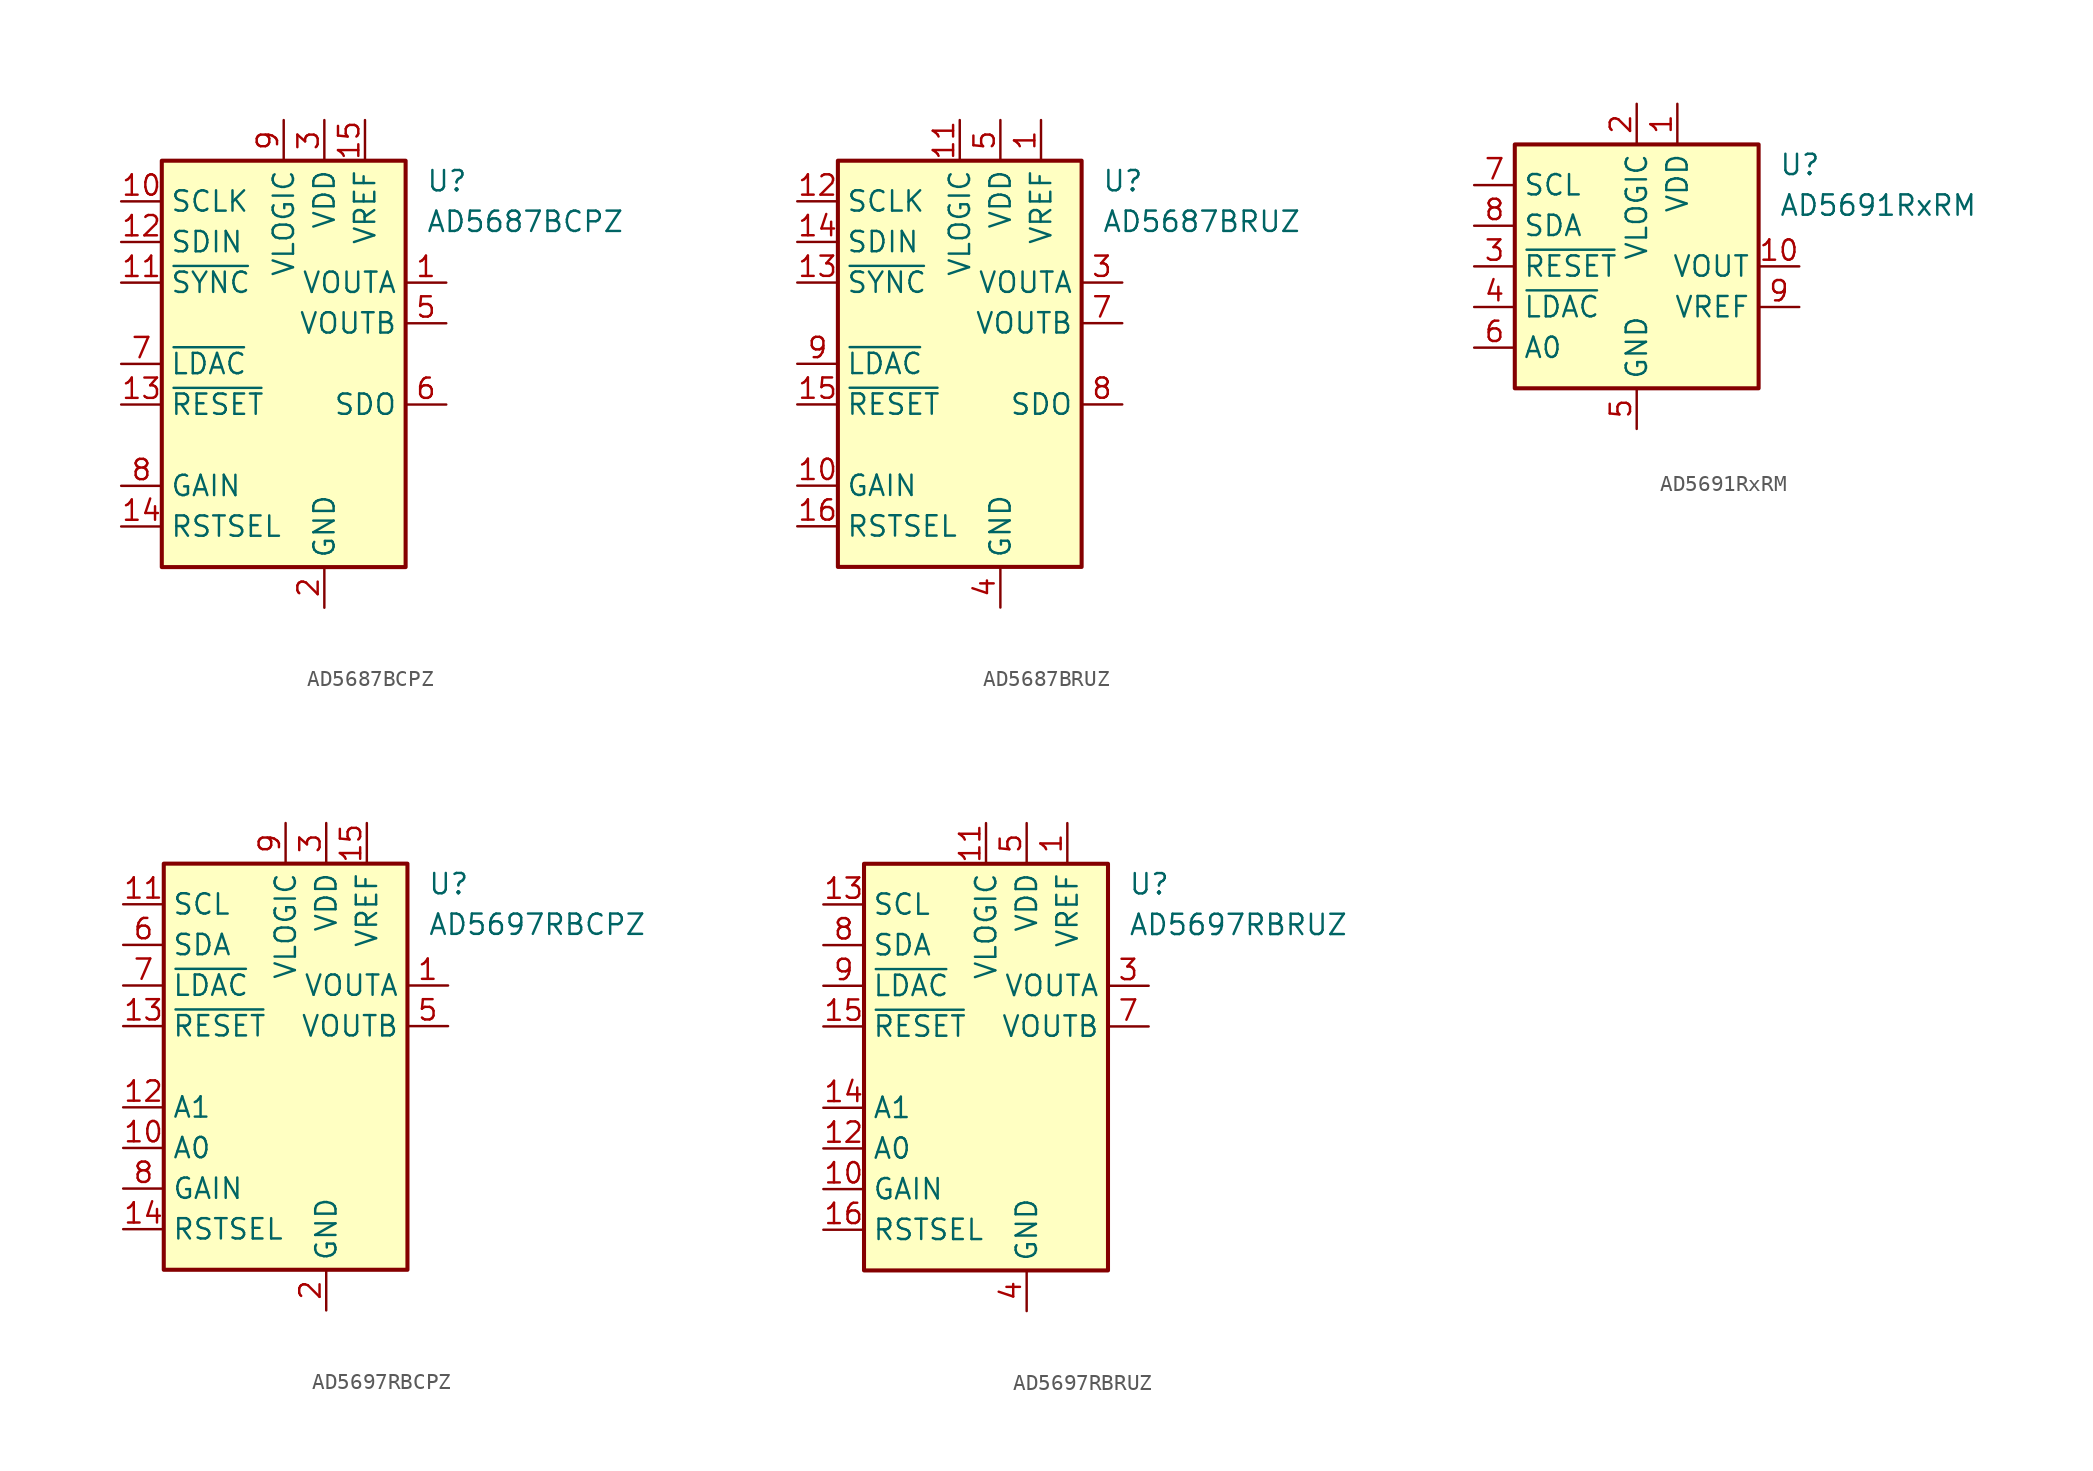
<source format=kicad_sym>
(kicad_symbol_lib
  (version 20201005)
  (generator kicad_symbol_editor)
  (symbol "Analog_DAC:AD5687BCPZ"
    (property "Reference" "U"
      (at 8.89 11.43 0)
      (effects (font (size 1.27 1.27)) (justify left)))
    (property "Value" "AD5687BCPZ"
      (at 8.89 8.89 0)
      (effects (font (size 1.27 1.27)) (justify left)))
    (symbol "AD5687BCPZ_0_1"
      (rectangle (start -7.62 12.7) (end 7.62 -12.7) (stroke (width 0.254)) (fill (type background))))
    (symbol "AD5687BCPZ_1_1"
      (pin output line (at 10.16 5.08 180) (length 2.54) (name "VOUTA" (effects (font (size 1.27 1.27)))) (number "1" (effects (font (size 1.27 1.27)))))
      (pin input line (at -10.16 10.16 0) (length 2.54) (name "SCLK" (effects (font (size 1.27 1.27)))) (number "10" (effects (font (size 1.27 1.27)))))
      (pin input line (at -10.16 5.08 0) (length 2.54) (name "~SYNC" (effects (font (size 1.27 1.27)))) (number "11" (effects (font (size 1.27 1.27)))))
      (pin input line (at -10.16 7.62 0) (length 2.54) (name "SDIN" (effects (font (size 1.27 1.27)))) (number "12" (effects (font (size 1.27 1.27)))))
      (pin input line (at -10.16 -2.54 0) (length 2.54) (name "~RESET" (effects (font (size 1.27 1.27)))) (number "13" (effects (font (size 1.27 1.27)))))
      (pin input line (at -10.16 -10.16 0) (length 2.54) (name "RSTSEL" (effects (font (size 1.27 1.27)))) (number "14" (effects (font (size 1.27 1.27)))))
      (pin power_in line (at 5.08 15.24 270) (length 2.54) (name "VREF" (effects (font (size 1.27 1.27)))) (number "15" (effects (font (size 1.27 1.27)))))
      (pin no_connect line (at 7.62 -5.08 180) (length 2.54) hide (name "NC" (effects (font (size 1.27 1.27)))) (number "16" (effects (font (size 1.27 1.27)))))
      (pin passive line (at 2.54 -15.24 90) (length 2.54) hide (name "GND" (effects (font (size 1.27 1.27)))) (number "17" (effects (font (size 1.27 1.27)))))
      (pin power_in line (at 2.54 -15.24 90) (length 2.54) (name "GND" (effects (font (size 1.27 1.27)))) (number "2" (effects (font (size 1.27 1.27)))))
      (pin power_in line (at 2.54 15.24 270) (length 2.54) (name "VDD" (effects (font (size 1.27 1.27)))) (number "3" (effects (font (size 1.27 1.27)))))
      (pin no_connect line (at 7.62 -7.62 180) (length 2.54) hide (name "NC" (effects (font (size 1.27 1.27)))) (number "4" (effects (font (size 1.27 1.27)))))
      (pin output line (at 10.16 2.54 180) (length 2.54) (name "VOUTB" (effects (font (size 1.27 1.27)))) (number "5" (effects (font (size 1.27 1.27)))))
      (pin output line (at 10.16 -2.54 180) (length 2.54) (name "SDO" (effects (font (size 1.27 1.27)))) (number "6" (effects (font (size 1.27 1.27)))))
      (pin input line (at -10.16 0 0) (length 2.54) (name "~LDAC" (effects (font (size 1.27 1.27)))) (number "7" (effects (font (size 1.27 1.27)))))
      (pin input line (at -10.16 -7.62 0) (length 2.54) (name "GAIN" (effects (font (size 1.27 1.27)))) (number "8" (effects (font (size 1.27 1.27)))))
      (pin power_in line (at 0 15.24 270) (length 2.54) (name "VLOGIC" (effects (font (size 1.27 1.27)))) (number "9" (effects (font (size 1.27 1.27)))))))
  (symbol "Analog_DAC:AD5687BRUZ"
    (property "Reference" "U"
      (at 8.89 11.43 0)
      (effects (font (size 1.27 1.27)) (justify left)))
    (property "Value" "AD5687BRUZ"
      (at 8.89 8.89 0)
      (effects (font (size 1.27 1.27)) (justify left)))
    (symbol "AD5687BRUZ_0_1"
      (rectangle (start -7.62 12.7) (end 7.62 -12.7) (stroke (width 0.254)) (fill (type background))))
    (symbol "AD5687BRUZ_1_1"
      (pin power_in line (at 5.08 15.24 270) (length 2.54) (name "VREF" (effects (font (size 1.27 1.27)))) (number "1" (effects (font (size 1.27 1.27)))))
      (pin input line (at -10.16 -7.62 0) (length 2.54) (name "GAIN" (effects (font (size 1.27 1.27)))) (number "10" (effects (font (size 1.27 1.27)))))
      (pin power_in line (at 0 15.24 270) (length 2.54) (name "VLOGIC" (effects (font (size 1.27 1.27)))) (number "11" (effects (font (size 1.27 1.27)))))
      (pin input line (at -10.16 10.16 0) (length 2.54) (name "SCLK" (effects (font (size 1.27 1.27)))) (number "12" (effects (font (size 1.27 1.27)))))
      (pin input line (at -10.16 5.08 0) (length 2.54) (name "~SYNC" (effects (font (size 1.27 1.27)))) (number "13" (effects (font (size 1.27 1.27)))))
      (pin input line (at -10.16 7.62 0) (length 2.54) (name "SDIN" (effects (font (size 1.27 1.27)))) (number "14" (effects (font (size 1.27 1.27)))))
      (pin input line (at -10.16 -2.54 0) (length 2.54) (name "~RESET" (effects (font (size 1.27 1.27)))) (number "15" (effects (font (size 1.27 1.27)))))
      (pin input line (at -10.16 -10.16 0) (length 2.54) (name "RSTSEL" (effects (font (size 1.27 1.27)))) (number "16" (effects (font (size 1.27 1.27)))))
      (pin no_connect line (at 7.62 -5.08 180) (length 2.54) hide (name "NC" (effects (font (size 1.27 1.27)))) (number "2" (effects (font (size 1.27 1.27)))))
      (pin output line (at 10.16 5.08 180) (length 2.54) (name "VOUTA" (effects (font (size 1.27 1.27)))) (number "3" (effects (font (size 1.27 1.27)))))
      (pin power_in line (at 2.54 -15.24 90) (length 2.54) (name "GND" (effects (font (size 1.27 1.27)))) (number "4" (effects (font (size 1.27 1.27)))))
      (pin power_in line (at 2.54 15.24 270) (length 2.54) (name "VDD" (effects (font (size 1.27 1.27)))) (number "5" (effects (font (size 1.27 1.27)))))
      (pin no_connect line (at 7.62 -7.62 180) (length 2.54) hide (name "NC" (effects (font (size 1.27 1.27)))) (number "6" (effects (font (size 1.27 1.27)))))
      (pin output line (at 10.16 2.54 180) (length 2.54) (name "VOUTB" (effects (font (size 1.27 1.27)))) (number "7" (effects (font (size 1.27 1.27)))))
      (pin output line (at 10.16 -2.54 180) (length 2.54) (name "SDO" (effects (font (size 1.27 1.27)))) (number "8" (effects (font (size 1.27 1.27)))))
      (pin input line (at -10.16 0 0) (length 2.54) (name "~LDAC" (effects (font (size 1.27 1.27)))) (number "9" (effects (font (size 1.27 1.27)))))))
  (symbol "Analog_DAC:AD5691RxRM"
    (property "Reference" "U"
      (at 8.89 6.35 0)
      (effects (font (size 1.27 1.27)) (justify left)))
    (property "Value" "AD5691RxRM"
      (at 8.89 3.81 0)
      (effects (font (size 1.27 1.27)) (justify left)))
    (symbol "AD5691RxRM_0_1"
      (rectangle (start -7.62 7.62) (end 7.62 -7.62) (stroke (width 0.254)) (fill (type background))))
    (symbol "AD5691RxRM_1_1"
      (pin power_in line (at 2.54 10.16 270) (length 2.54) (name "VDD" (effects (font (size 1.27 1.27)))) (number "1" (effects (font (size 1.27 1.27)))))
      (pin output line (at 10.16 0 180) (length 2.54) (name "VOUT" (effects (font (size 1.27 1.27)))) (number "10" (effects (font (size 1.27 1.27)))))
      (pin power_in line (at 0 10.16 270) (length 2.54) (name "VLOGIC" (effects (font (size 1.27 1.27)))) (number "2" (effects (font (size 1.27 1.27)))))
      (pin input line (at -10.16 0 0) (length 2.54) (name "~RESET" (effects (font (size 1.27 1.27)))) (number "3" (effects (font (size 1.27 1.27)))))
      (pin input line (at -10.16 -2.54 0) (length 2.54) (name "~LDAC" (effects (font (size 1.27 1.27)))) (number "4" (effects (font (size 1.27 1.27)))))
      (pin power_in line (at 0 -10.16 90) (length 2.54) (name "GND" (effects (font (size 1.27 1.27)))) (number "5" (effects (font (size 1.27 1.27)))))
      (pin input line (at -10.16 -5.08 0) (length 2.54) (name "A0" (effects (font (size 1.27 1.27)))) (number "6" (effects (font (size 1.27 1.27)))))
      (pin input line (at -10.16 5.08 0) (length 2.54) (name "SCL" (effects (font (size 1.27 1.27)))) (number "7" (effects (font (size 1.27 1.27)))))
      (pin bidirectional line (at -10.16 2.54 0) (length 2.54) (name "SDA" (effects (font (size 1.27 1.27)))) (number "8" (effects (font (size 1.27 1.27)))))
      (pin passive line (at 10.16 -2.54 180) (length 2.54) (name "VREF" (effects (font (size 1.27 1.27)))) (number "9" (effects (font (size 1.27 1.27)))))))
  (symbol "Analog_DAC:AD5697RBCPZ"
    (property "Reference" "U"
      (at 8.89 11.43 0)
      (effects (font (size 1.27 1.27)) (justify left)))
    (property "Value" "AD5697RBCPZ"
      (at 8.89 8.89 0)
      (effects (font (size 1.27 1.27)) (justify left)))
    (symbol "AD5697RBCPZ_0_1"
      (rectangle (start -7.62 12.7) (end 7.62 -12.7) (stroke (width 0.254)) (fill (type background))))
    (symbol "AD5697RBCPZ_1_1"
      (pin output line (at 10.16 5.08 180) (length 2.54) (name "VOUTA" (effects (font (size 1.27 1.27)))) (number "1" (effects (font (size 1.27 1.27)))))
      (pin input line (at -10.16 -5.08 0) (length 2.54) (name "A0" (effects (font (size 1.27 1.27)))) (number "10" (effects (font (size 1.27 1.27)))))
      (pin input line (at -10.16 10.16 0) (length 2.54) (name "SCL" (effects (font (size 1.27 1.27)))) (number "11" (effects (font (size 1.27 1.27)))))
      (pin input line (at -10.16 -2.54 0) (length 2.54) (name "A1" (effects (font (size 1.27 1.27)))) (number "12" (effects (font (size 1.27 1.27)))))
      (pin input line (at -10.16 2.54 0) (length 2.54) (name "~RESET" (effects (font (size 1.27 1.27)))) (number "13" (effects (font (size 1.27 1.27)))))
      (pin input line (at -10.16 -10.16 0) (length 2.54) (name "RSTSEL" (effects (font (size 1.27 1.27)))) (number "14" (effects (font (size 1.27 1.27)))))
      (pin power_in line (at 5.08 15.24 270) (length 2.54) (name "VREF" (effects (font (size 1.27 1.27)))) (number "15" (effects (font (size 1.27 1.27)))))
      (pin no_connect line (at 7.62 -5.08 180) (length 2.54) hide (name "NC" (effects (font (size 1.27 1.27)))) (number "16" (effects (font (size 1.27 1.27)))))
      (pin passive line (at 2.54 -15.24 90) (length 2.54) hide (name "GND" (effects (font (size 1.27 1.27)))) (number "17" (effects (font (size 1.27 1.27)))))
      (pin power_in line (at 2.54 -15.24 90) (length 2.54) (name "GND" (effects (font (size 1.27 1.27)))) (number "2" (effects (font (size 1.27 1.27)))))
      (pin power_in line (at 2.54 15.24 270) (length 2.54) (name "VDD" (effects (font (size 1.27 1.27)))) (number "3" (effects (font (size 1.27 1.27)))))
      (pin no_connect line (at 7.62 -7.62 180) (length 2.54) hide (name "NC" (effects (font (size 1.27 1.27)))) (number "4" (effects (font (size 1.27 1.27)))))
      (pin output line (at 10.16 2.54 180) (length 2.54) (name "VOUTB" (effects (font (size 1.27 1.27)))) (number "5" (effects (font (size 1.27 1.27)))))
      (pin bidirectional line (at -10.16 7.62 0) (length 2.54) (name "SDA" (effects (font (size 1.27 1.27)))) (number "6" (effects (font (size 1.27 1.27)))))
      (pin input line (at -10.16 5.08 0) (length 2.54) (name "~LDAC" (effects (font (size 1.27 1.27)))) (number "7" (effects (font (size 1.27 1.27)))))
      (pin input line (at -10.16 -7.62 0) (length 2.54) (name "GAIN" (effects (font (size 1.27 1.27)))) (number "8" (effects (font (size 1.27 1.27)))))
      (pin power_in line (at 0 15.24 270) (length 2.54) (name "VLOGIC" (effects (font (size 1.27 1.27)))) (number "9" (effects (font (size 1.27 1.27)))))))
  (symbol "Analog_DAC:AD5697RBRUZ"
    (property "Reference" "U"
      (at 8.89 11.43 0)
      (effects (font (size 1.27 1.27)) (justify left)))
    (property "Value" "AD5697RBRUZ"
      (at 8.89 8.89 0)
      (effects (font (size 1.27 1.27)) (justify left)))
    (symbol "AD5697RBRUZ_0_1"
      (rectangle (start -7.62 12.7) (end 7.62 -12.7) (stroke (width 0.254)) (fill (type background))))
    (symbol "AD5697RBRUZ_1_1"
      (pin power_in line (at 5.08 15.24 270) (length 2.54) (name "VREF" (effects (font (size 1.27 1.27)))) (number "1" (effects (font (size 1.27 1.27)))))
      (pin input line (at -10.16 -7.62 0) (length 2.54) (name "GAIN" (effects (font (size 1.27 1.27)))) (number "10" (effects (font (size 1.27 1.27)))))
      (pin power_in line (at 0 15.24 270) (length 2.54) (name "VLOGIC" (effects (font (size 1.27 1.27)))) (number "11" (effects (font (size 1.27 1.27)))))
      (pin input line (at -10.16 -5.08 0) (length 2.54) (name "A0" (effects (font (size 1.27 1.27)))) (number "12" (effects (font (size 1.27 1.27)))))
      (pin input line (at -10.16 10.16 0) (length 2.54) (name "SCL" (effects (font (size 1.27 1.27)))) (number "13" (effects (font (size 1.27 1.27)))))
      (pin input line (at -10.16 -2.54 0) (length 2.54) (name "A1" (effects (font (size 1.27 1.27)))) (number "14" (effects (font (size 1.27 1.27)))))
      (pin input line (at -10.16 2.54 0) (length 2.54) (name "~RESET" (effects (font (size 1.27 1.27)))) (number "15" (effects (font (size 1.27 1.27)))))
      (pin input line (at -10.16 -10.16 0) (length 2.54) (name "RSTSEL" (effects (font (size 1.27 1.27)))) (number "16" (effects (font (size 1.27 1.27)))))
      (pin no_connect line (at 7.62 -5.08 180) (length 2.54) hide (name "NC" (effects (font (size 1.27 1.27)))) (number "2" (effects (font (size 1.27 1.27)))))
      (pin output line (at 10.16 5.08 180) (length 2.54) (name "VOUTA" (effects (font (size 1.27 1.27)))) (number "3" (effects (font (size 1.27 1.27)))))
      (pin power_in line (at 2.54 -15.24 90) (length 2.54) (name "GND" (effects (font (size 1.27 1.27)))) (number "4" (effects (font (size 1.27 1.27)))))
      (pin power_in line (at 2.54 15.24 270) (length 2.54) (name "VDD" (effects (font (size 1.27 1.27)))) (number "5" (effects (font (size 1.27 1.27)))))
      (pin no_connect line (at 7.62 -7.62 180) (length 2.54) hide (name "NC" (effects (font (size 1.27 1.27)))) (number "6" (effects (font (size 1.27 1.27)))))
      (pin output line (at 10.16 2.54 180) (length 2.54) (name "VOUTB" (effects (font (size 1.27 1.27)))) (number "7" (effects (font (size 1.27 1.27)))))
      (pin bidirectional line (at -10.16 7.62 0) (length 2.54) (name "SDA" (effects (font (size 1.27 1.27)))) (number "8" (effects (font (size 1.27 1.27)))))
      (pin input line (at -10.16 5.08 0) (length 2.54) (name "~LDAC" (effects (font (size 1.27 1.27)))) (number "9" (effects (font (size 1.27 1.27))))))))
</source>
